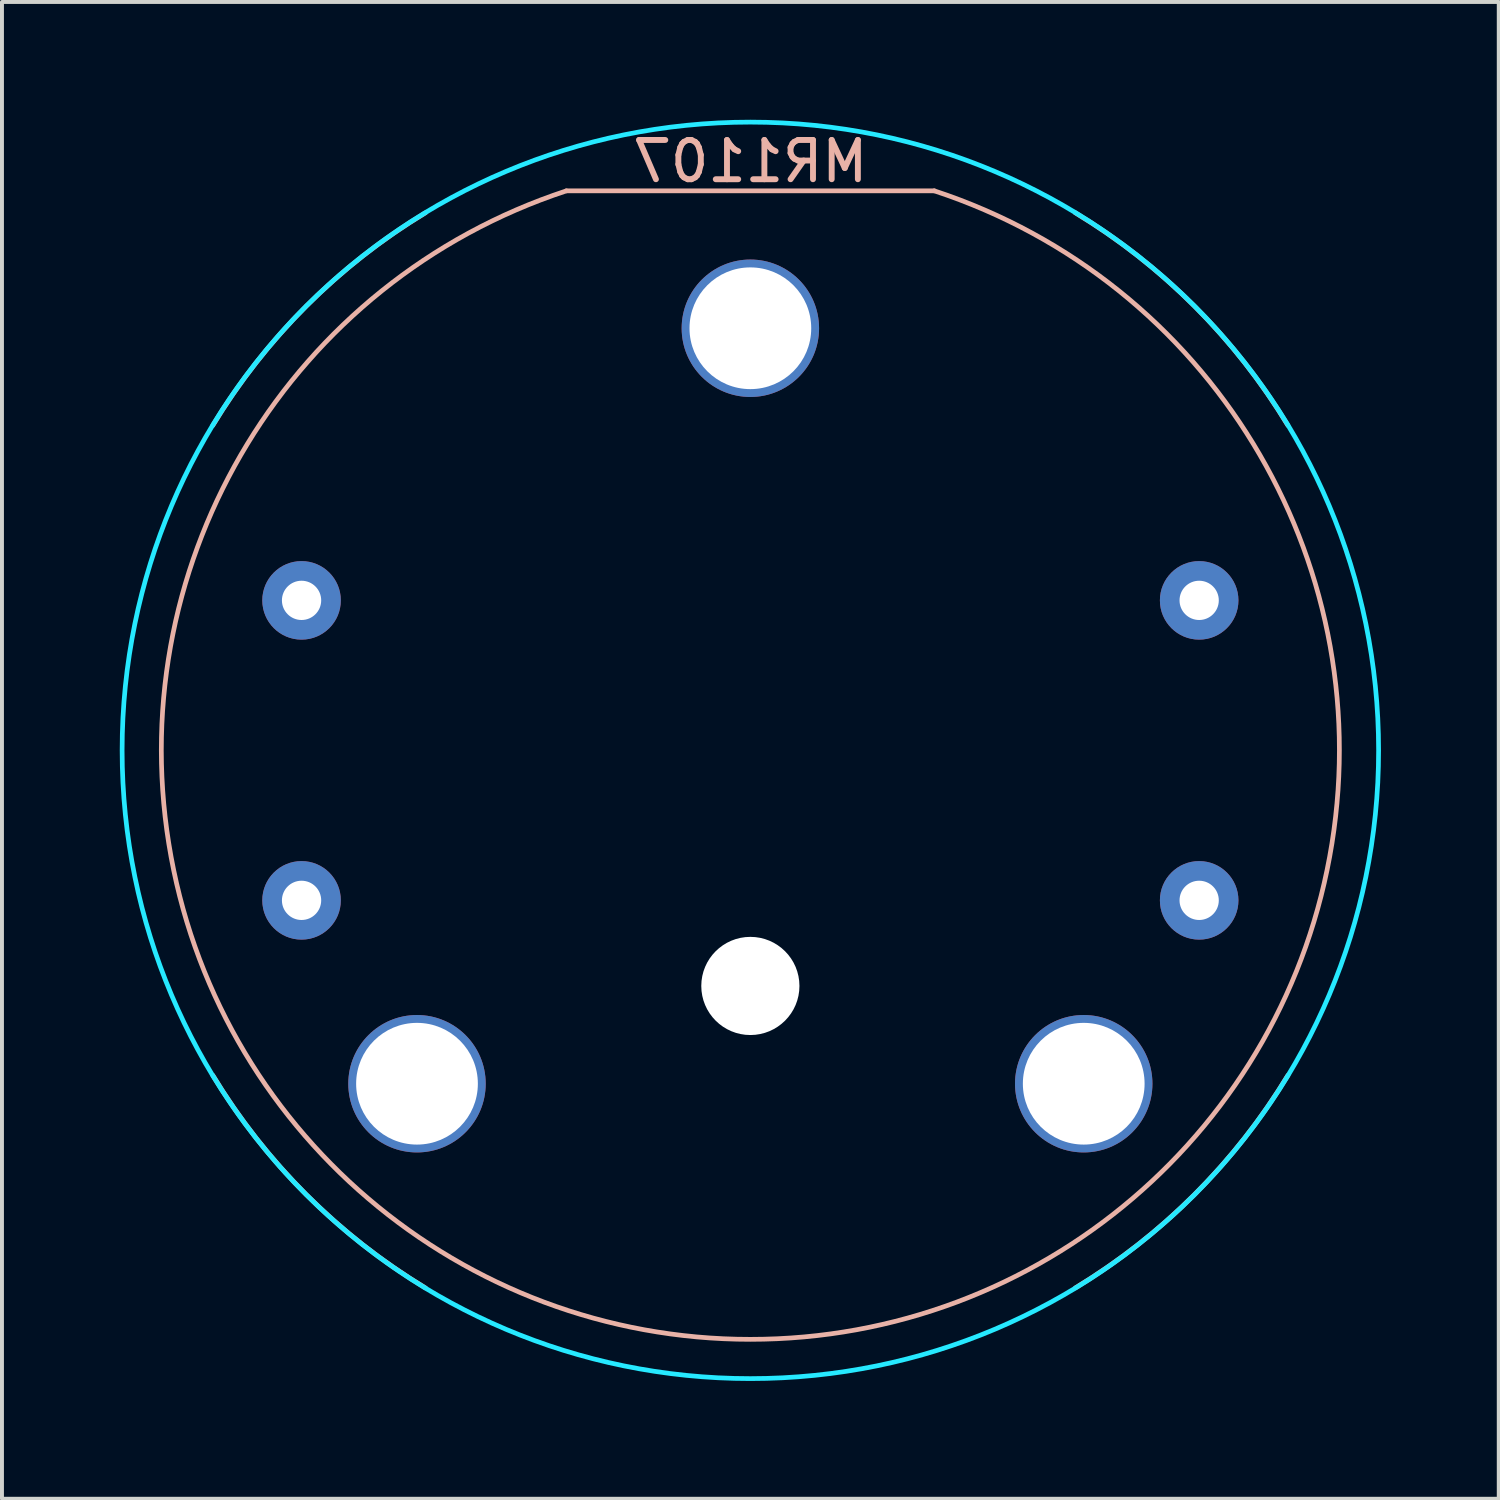
<source format=kicad_pcb>
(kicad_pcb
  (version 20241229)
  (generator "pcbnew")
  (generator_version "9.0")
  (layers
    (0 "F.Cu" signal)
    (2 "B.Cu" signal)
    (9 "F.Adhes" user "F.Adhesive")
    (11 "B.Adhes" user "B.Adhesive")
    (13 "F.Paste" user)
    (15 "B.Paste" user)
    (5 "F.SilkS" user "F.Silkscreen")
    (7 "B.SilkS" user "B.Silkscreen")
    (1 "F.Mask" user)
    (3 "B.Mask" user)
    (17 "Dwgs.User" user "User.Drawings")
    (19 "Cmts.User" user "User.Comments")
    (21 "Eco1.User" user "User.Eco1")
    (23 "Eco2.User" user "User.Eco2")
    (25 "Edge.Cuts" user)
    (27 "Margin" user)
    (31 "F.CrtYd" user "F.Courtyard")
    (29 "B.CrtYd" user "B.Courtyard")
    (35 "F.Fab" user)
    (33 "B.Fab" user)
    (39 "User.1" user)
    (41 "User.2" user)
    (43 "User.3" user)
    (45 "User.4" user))
  (footprint "MR1107"
    (layer "F.Cu")
    (at 16.06 16.06)
    (property "Reference" "MR1107" (at 0 -15 180) (layer "B.SilkS") (effects (font (size 1 1) (thickness 0.15)) (justify mirror)))
    (attr through_hole)
    (fp_line (start 4.684 -14.25) (end -4.686 -14.25) (stroke (width 0.12) (type solid)) (layer "B.SilkS"))
    (fp_arc (start -13.69 -8.276) (mid -11.310858 -11.312505) (end -8.274006 -13.691205) (stroke (width 0.12) (type solid)) (layer "B.SilkS"))
    (fp_arc (start -8.274006 13.691205) (mid -11.310858 11.312505) (end -13.69 8.276) (stroke (width 0.12) (type solid)) (layer "B.SilkS"))
    (fp_arc (start 4.684 -14.25) (mid 0.001104 15.000078) (end -4.686097 -14.249311) (stroke (width 0.12) (type solid)) (layer "B.SilkS"))
    (fp_arc (start 8.274006 -13.691205) (mid 11.310858 -11.312505) (end 13.69 -8.276) (stroke (width 0.12) (type solid)) (layer "B.SilkS"))
    (fp_arc (start 13.69 8.276) (mid 11.310858 11.312505) (end 8.274006 13.691205) (stroke (width 0.12) (type solid)) (layer "B.SilkS"))
    (fp_circle (center 0 0) (end -16 0) (stroke (width 0.12) (type solid)) (fill no) (layer "B.CrtYd"))
    (pad "" np_thru_hole circle (at -8.49 8.49) (size 3.5 3.5) (drill 3.1) (layers "*.Cu" "*.Mask"))
    (pad "" np_thru_hole circle (at 0 -10.75) (size 3.5 3.5) (drill 3.1) (layers "*.Cu" "*.Mask"))
    (pad "" np_thru_hole circle (at 0 6 180) (size 2.5 2.5) (drill 2.5) (layers "*.Cu" "*.Mask"))
    (pad "" np_thru_hole circle (at 8.49 8.49) (size 3.5 3.5) (drill 3.1) (layers "*.Cu" "*.Mask"))
    (pad "1" thru_hole circle (at -11.43 -3.82 180) (size 2 2) (drill 1) (layers "*.Cu" "*.Mask"))
    (pad "2" thru_hole circle (at -11.43 3.82 180) (size 2 2) (drill 1) (layers "*.Cu" "*.Mask"))
    (pad "3" thru_hole circle (at 11.43 3.82 180) (size 2 2) (drill 1) (layers "*.Cu" "*.Mask"))
    (pad "4" thru_hole circle (at 11.43 -3.82 180) (size 2 2) (drill 1) (layers "*.Cu" "*.Mask")))
  (gr_rect
    (start -3 -3)
    (end 35.12 35.12)
    (stroke (width 0.1) (type default))
    (fill no)
    (layer "Edge.Cuts")))
</source>
